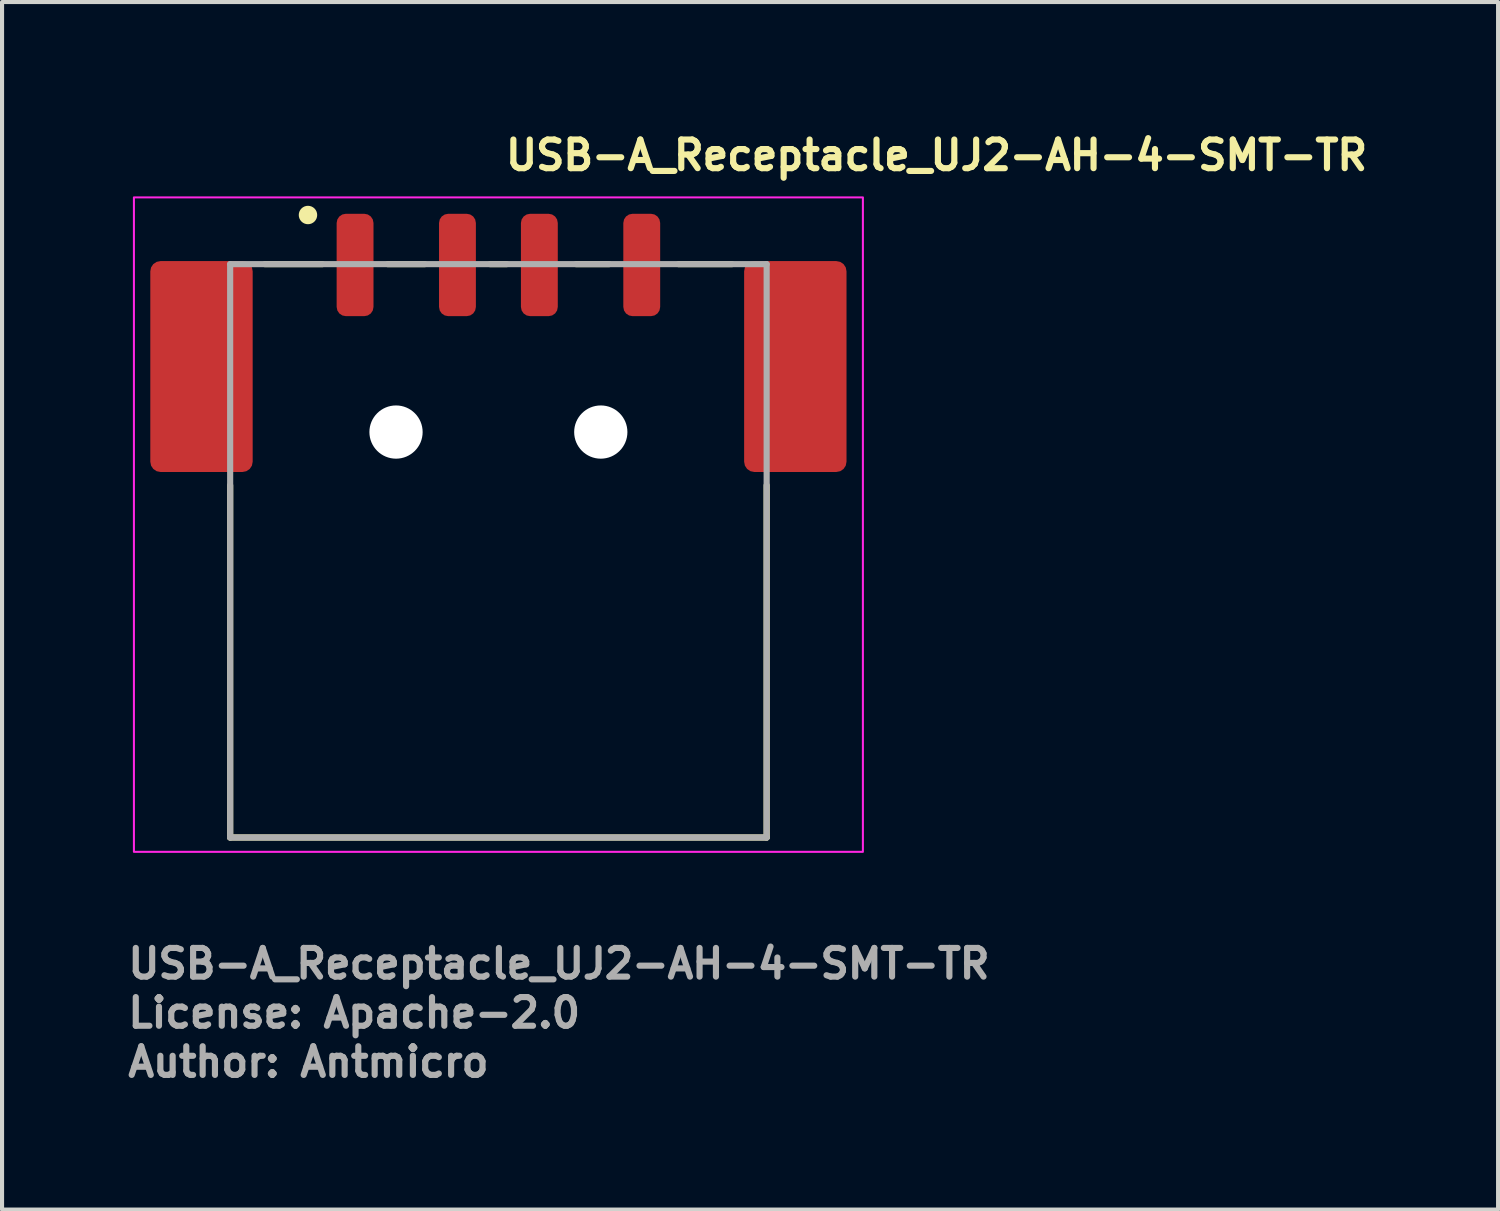
<source format=kicad_pcb>
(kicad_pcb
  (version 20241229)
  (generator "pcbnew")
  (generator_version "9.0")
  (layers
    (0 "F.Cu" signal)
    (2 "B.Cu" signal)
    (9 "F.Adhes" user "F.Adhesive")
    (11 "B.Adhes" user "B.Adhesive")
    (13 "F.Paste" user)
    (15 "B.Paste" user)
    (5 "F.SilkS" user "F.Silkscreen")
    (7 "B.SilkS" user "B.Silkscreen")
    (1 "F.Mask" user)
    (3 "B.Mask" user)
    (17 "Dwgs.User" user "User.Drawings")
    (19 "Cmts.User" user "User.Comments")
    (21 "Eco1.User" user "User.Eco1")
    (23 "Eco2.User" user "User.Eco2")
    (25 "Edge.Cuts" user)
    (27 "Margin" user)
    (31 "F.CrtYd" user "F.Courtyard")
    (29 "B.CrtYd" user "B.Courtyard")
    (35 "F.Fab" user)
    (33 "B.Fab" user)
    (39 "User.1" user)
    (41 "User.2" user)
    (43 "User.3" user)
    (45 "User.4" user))
  (footprint "USB-A_Receptacle_UJ2-AH-4-SMT-TR"
    (layer "F.Cu")
    (at 9.14 9.95)
    (property "Reference" "USB-A_Receptacle_UJ2-AH-4-SMT-TR" (at 0.08 -8.8 0) (unlocked yes) (layer "F.SilkS") (effects (font (size 0.7 0.7) (thickness 0.15)) (justify left bottom)))
    (attr smd)
    (fp_line (start -6.57 -1.15) (end -6.57 7.45) (stroke (width 0.15) (type solid)) (layer "F.SilkS"))
    (fp_line (start -6.57 7.45) (end 6.53 7.45) (stroke (width 0.15) (type solid)) (layer "F.SilkS"))
    (fp_line (start -4.32 -6.55) (end -5.72 -6.55) (stroke (width 0.15) (type solid)) (layer "F.SilkS"))
    (fp_line (start -2.72 -6.55) (end -1.82 -6.55) (stroke (width 0.15) (type solid)) (layer "F.SilkS"))
    (fp_line (start -0.22 -6.55) (end 0.18 -6.55) (stroke (width 0.15) (type solid)) (layer "F.SilkS"))
    (fp_line (start 1.88 -6.55) (end 2.68 -6.55) (stroke (width 0.15) (type solid)) (layer "F.SilkS"))
    (fp_line (start 4.38 -6.55) (end 5.68 -6.55) (stroke (width 0.15) (type solid)) (layer "F.SilkS"))
    (fp_line (start 6.53 7.45) (end 6.53 -1.15) (stroke (width 0.15) (type solid)) (layer "F.SilkS"))
    (fp_circle (center -4.67 -7.75) (end -4.62 -7.75) (stroke (width 0.15) (type solid)) (fill yes) (layer "F.SilkS"))
    (fp_circle (center -4.67 -7.75) (end -4.52 -7.75) (stroke (width 0.15) (type solid)) (fill no) (layer "F.SilkS"))
    (fp_rect (start -8.92 -8.18) (end 8.88 7.8) (stroke (width 0.05) (type solid)) (fill no) (layer "F.CrtYd"))
    (fp_line (start -6.57 -6.55) (end 6.53 -6.55) (stroke (width 0.15) (type solid)) (layer "F.Fab"))
    (fp_line (start -6.57 7.45) (end -6.57 -6.55) (stroke (width 0.15) (type solid)) (layer "F.Fab"))
    (fp_line (start 6.53 -6.55) (end 6.53 7.45) (stroke (width 0.15) (type solid)) (layer "F.Fab"))
    (fp_line (start 6.53 7.45) (end -6.57 7.45) (stroke (width 0.15) (type solid)) (layer "F.Fab"))
    (fp_rect (start -7.95 -7.4) (end 7.95 7.4) (stroke (width 0.1) (type solid)) (fill no) (layer "User.5"))
    (fp_line (start -7.95 -6.1) (end -7.95 -5.1) (stroke (width 0.02) (type solid)) (layer "User.9"))
    (fp_line (start -7.95 -5.1) (end -7.45 -5.1) (stroke (width 0.02) (type solid)) (layer "User.9"))
    (fp_line (start -7.95 -3.1) (end -7.95 -2.1) (stroke (width 0.02) (type solid)) (layer "User.9"))
    (fp_line (start -7.45 -5.1) (end -7.45 -3.1) (stroke (width 0.02) (type solid)) (layer "User.9"))
    (fp_line (start -7.45 -3.1) (end -7.95 -3.1) (stroke (width 0.02) (type solid)) (layer "User.9"))
    (fp_line (start -7.25 7.08) (end -7.25 7.38) (stroke (width 0.02) (type solid)) (layer "User.9"))
    (fp_line (start -7.25 7.08) (end -6.85 7.08) (stroke (width 0.02) (type solid)) (layer "User.9"))
    (fp_line (start -6.85 7.38) (end -7.25 7.38) (stroke (width 0.02) (type solid)) (layer "User.9"))
    (fp_line (start -6.803 7.076) (end -6.85 7.08) (stroke (width 0.02) (type solid)) (layer "User.9"))
    (fp_line (start -6.8 -6.1) (end -7.95 -6.1) (stroke (width 0.02) (type solid)) (layer "User.9"))
    (fp_line (start -6.8 -2.1) (end -7.95 -2.1) (stroke (width 0.02) (type solid)) (layer "User.9"))
    (fp_line (start -6.8 -2.1) (end -6.8 -6.1) (stroke (width 0.02) (type solid)) (layer "User.9"))
    (fp_line (start -6.783 7.376) (end -6.85 7.38) (stroke (width 0.02) (type solid)) (layer "User.9"))
    (fp_line (start -6.772 -6.1) (end -6.8 -6.1) (stroke (width 0.02) (type solid)) (layer "User.9"))
    (fp_line (start -6.772 -2.1) (end -6.8 -2.1) (stroke (width 0.02) (type solid)) (layer "User.9"))
    (fp_line (start -6.757 7.065) (end -6.803 7.076) (stroke (width 0.02) (type solid)) (layer "User.9"))
    (fp_line (start -6.744 -6.1) (end -6.772 -6.1) (stroke (width 0.02) (type solid)) (layer "User.9"))
    (fp_line (start -6.744 -2.1) (end -6.772 -2.1) (stroke (width 0.02) (type solid)) (layer "User.9"))
    (fp_line (start -6.717 -6.1) (end -6.744 -6.1) (stroke (width 0.02) (type solid)) (layer "User.9"))
    (fp_line (start -6.717 -2.1) (end -6.744 -2.1) (stroke (width 0.02) (type solid)) (layer "User.9"))
    (fp_line (start -6.716 7.365) (end -6.783 7.376) (stroke (width 0.02) (type solid)) (layer "User.9"))
    (fp_line (start -6.714 7.047) (end -6.757 7.065) (stroke (width 0.02) (type solid)) (layer "User.9"))
    (fp_line (start -6.692 -6.1) (end -6.717 -6.1) (stroke (width 0.02) (type solid)) (layer "User.9"))
    (fp_line (start -6.692 -2.1) (end -6.717 -2.1) (stroke (width 0.02) (type solid)) (layer "User.9"))
    (fp_line (start -6.674 7.023) (end -6.714 7.047) (stroke (width 0.02) (type solid)) (layer "User.9"))
    (fp_line (start -6.667 -6.1) (end -6.692 -6.1) (stroke (width 0.02) (type solid)) (layer "User.9"))
    (fp_line (start -6.667 -2.1) (end -6.692 -2.1) (stroke (width 0.02) (type solid)) (layer "User.9"))
    (fp_line (start -6.652 7.346) (end -6.716 7.365) (stroke (width 0.02) (type solid)) (layer "User.9"))
    (fp_line (start -6.644 -6.1) (end -6.667 -6.1) (stroke (width 0.02) (type solid)) (layer "User.9"))
    (fp_line (start -6.644 -2.1) (end -6.667 -2.1) (stroke (width 0.02) (type solid)) (layer "User.9"))
    (fp_line (start -6.638 6.992) (end -6.674 7.023) (stroke (width 0.02) (type solid)) (layer "User.9"))
    (fp_line (start -6.623 -6.1) (end -6.644 -6.1) (stroke (width 0.02) (type solid)) (layer "User.9"))
    (fp_line (start -6.623 -2.1) (end -6.644 -2.1) (stroke (width 0.02) (type solid)) (layer "User.9"))
    (fp_line (start -6.607 6.956) (end -6.638 6.992) (stroke (width 0.02) (type solid)) (layer "User.9"))
    (fp_line (start -6.605 -6.1) (end -6.623 -6.1) (stroke (width 0.02) (type solid)) (layer "User.9"))
    (fp_line (start -6.605 -2.1) (end -6.623 -2.1) (stroke (width 0.02) (type solid)) (layer "User.9"))
    (fp_line (start -6.59 7.321) (end -6.652 7.346) (stroke (width 0.02) (type solid)) (layer "User.9"))
    (fp_line (start -6.588 -6.1) (end -6.605 -6.1) (stroke (width 0.02) (type solid)) (layer "User.9"))
    (fp_line (start -6.588 -2.1) (end -6.605 -2.1) (stroke (width 0.02) (type solid)) (layer "User.9"))
    (fp_line (start -6.583 6.916) (end -6.607 6.956) (stroke (width 0.02) (type solid)) (layer "User.9"))
    (fp_line (start -6.575 -6.1) (end -6.588 -6.1) (stroke (width 0.02) (type solid)) (layer "User.9"))
    (fp_line (start -6.575 -2.1) (end -6.588 -2.1) (stroke (width 0.02) (type solid)) (layer "User.9"))
    (fp_line (start -6.565 6.873) (end -6.583 6.916) (stroke (width 0.02) (type solid)) (layer "User.9"))
    (fp_line (start -6.564 -6.1) (end -6.575 -6.1) (stroke (width 0.02) (type solid)) (layer "User.9"))
    (fp_line (start -6.564 -2.1) (end -6.575 -2.1) (stroke (width 0.02) (type solid)) (layer "User.9"))
    (fp_line (start -6.556 -6.1) (end -6.564 -6.1) (stroke (width 0.02) (type solid)) (layer "User.9"))
    (fp_line (start -6.556 -2.1) (end -6.564 -2.1) (stroke (width 0.02) (type solid)) (layer "User.9"))
    (fp_line (start -6.554 6.827) (end -6.565 6.873) (stroke (width 0.02) (type solid)) (layer "User.9"))
    (fp_line (start -6.552 -6.1) (end -6.556 -6.1) (stroke (width 0.02) (type solid)) (layer "User.9"))
    (fp_line (start -6.552 -2.1) (end -6.556 -2.1) (stroke (width 0.02) (type solid)) (layer "User.9"))
    (fp_line (start -6.55 -6.6) (end -6.55 6.78) (stroke (width 0.02) (type solid)) (layer "User.9"))
    (fp_line (start -6.55 -6.6) (end -6.546 -6.6) (stroke (width 0.02) (type solid)) (layer "User.9"))
    (fp_line (start -6.55 -6.1) (end -6.552 -6.1) (stroke (width 0.02) (type solid)) (layer "User.9"))
    (fp_line (start -6.55 -2.1) (end -6.552 -2.1) (stroke (width 0.02) (type solid)) (layer "User.9"))
    (fp_line (start -6.55 6.78) (end -6.554 6.827) (stroke (width 0.02) (type solid)) (layer "User.9"))
    (fp_line (start -6.546 -6.6) (end -6.535 -6.6) (stroke (width 0.02) (type solid)) (layer "User.9"))
    (fp_line (start -6.546 6.78) (end -6.55 6.78) (stroke (width 0.02) (type solid)) (layer "User.9"))
    (fp_line (start -6.535 -6.6) (end -6.516 -6.6) (stroke (width 0.02) (type solid)) (layer "User.9"))
    (fp_line (start -6.535 6.78) (end -6.546 6.78) (stroke (width 0.02) (type solid)) (layer "User.9"))
    (fp_line (start -6.531 7.288) (end -6.59 7.321) (stroke (width 0.02) (type solid)) (layer "User.9"))
    (fp_line (start -6.516 -6.6) (end -6.491 -6.6) (stroke (width 0.02) (type solid)) (layer "User.9"))
    (fp_line (start -6.516 6.78) (end -6.535 6.78) (stroke (width 0.02) (type solid)) (layer "User.9"))
    (fp_line (start -6.491 -6.6) (end -6.458 -6.6) (stroke (width 0.02) (type solid)) (layer "User.9"))
    (fp_line (start -6.491 6.78) (end -6.516 6.78) (stroke (width 0.02) (type solid)) (layer "User.9"))
    (fp_line (start -6.476 7.249) (end -6.531 7.288) (stroke (width 0.02) (type solid)) (layer "User.9"))
    (fp_line (start -6.458 -6.6) (end -6.419 -6.6) (stroke (width 0.02) (type solid)) (layer "User.9"))
    (fp_line (start -6.458 6.78) (end -6.491 6.78) (stroke (width 0.02) (type solid)) (layer "User.9"))
    (fp_line (start -6.426 7.204) (end -6.476 7.249) (stroke (width 0.02) (type solid)) (layer "User.9"))
    (fp_line (start -6.419 -6.6) (end -6.374 -6.6) (stroke (width 0.02) (type solid)) (layer "User.9"))
    (fp_line (start -6.419 6.78) (end -6.458 6.78) (stroke (width 0.02) (type solid)) (layer "User.9"))
    (fp_line (start -6.381 7.154) (end -6.426 7.204) (stroke (width 0.02) (type solid)) (layer "User.9"))
    (fp_line (start -6.374 -6.6) (end -6.324 -6.6) (stroke (width 0.02) (type solid)) (layer "User.9"))
    (fp_line (start -6.374 6.78) (end -6.419 6.78) (stroke (width 0.02) (type solid)) (layer "User.9"))
    (fp_line (start -6.342 7.099) (end -6.381 7.154) (stroke (width 0.02) (type solid)) (layer "User.9"))
    (fp_line (start -6.324 -6.6) (end -6.269 -6.6) (stroke (width 0.02) (type solid)) (layer "User.9"))
    (fp_line (start -6.324 6.78) (end -6.374 6.78) (stroke (width 0.02) (type solid)) (layer "User.9"))
    (fp_line (start -6.309 7.04) (end -6.342 7.099) (stroke (width 0.02) (type solid)) (layer "User.9"))
    (fp_line (start -6.284 6.978) (end -6.309 7.04) (stroke (width 0.02) (type solid)) (layer "User.9"))
    (fp_line (start -6.269 -6.6) (end -6.21 -6.6) (stroke (width 0.02) (type solid)) (layer "User.9"))
    (fp_line (start -6.269 6.78) (end -6.324 6.78) (stroke (width 0.02) (type solid)) (layer "User.9"))
    (fp_line (start -6.265 6.914) (end -6.284 6.978) (stroke (width 0.02) (type solid)) (layer "User.9"))
    (fp_line (start -6.254 6.847) (end -6.265 6.914) (stroke (width 0.02) (type solid)) (layer "User.9"))
    (fp_line (start -6.25 6.78) (end -6.254 6.847) (stroke (width 0.02) (type solid)) (layer "User.9"))
    (fp_line (start -6.21 -6.6) (end -6.148 -6.6) (stroke (width 0.02) (type solid)) (layer "User.9"))
    (fp_line (start -6.21 6.78) (end -6.269 6.78) (stroke (width 0.02) (type solid)) (layer "User.9"))
    (fp_line (start -6.148 -6.6) (end -6.084 -6.6) (stroke (width 0.02) (type solid)) (layer "User.9"))
    (fp_line (start -6.148 6.78) (end -6.21 6.78) (stroke (width 0.02) (type solid)) (layer "User.9"))
    (fp_line (start -6.084 -6.6) (end -6.017 -6.6) (stroke (width 0.02) (type solid)) (layer "User.9"))
    (fp_line (start -6.084 6.78) (end -6.148 6.78) (stroke (width 0.02) (type solid)) (layer "User.9"))
    (fp_line (start -6.017 -6.6) (end -5.95 -6.6) (stroke (width 0.02) (type solid)) (layer "User.9"))
    (fp_line (start -6.017 6.78) (end -6.084 6.78) (stroke (width 0.02) (type solid)) (layer "User.9"))
    (fp_line (start -5.95 -6.6) (end 5.95 -6.6) (stroke (width 0.02) (type solid)) (layer "User.9"))
    (fp_line (start -5.95 6.78) (end -6.017 6.78) (stroke (width 0.02) (type solid)) (layer "User.9"))
    (fp_line (start -5.95 6.78) (end -5.95 -6.6) (stroke (width 0.02) (type solid)) (layer "User.9"))
    (fp_line (start -5.95 6.816) (end -5.95 6.78) (stroke (width 0.02) (type solid)) (layer "User.9"))
    (fp_line (start -5.95 6.851) (end -5.95 6.816) (stroke (width 0.02) (type solid)) (layer "User.9"))
    (fp_line (start -5.95 6.886) (end -5.95 6.851) (stroke (width 0.02) (type solid)) (layer "User.9"))
    (fp_line (start -5.95 6.919) (end -5.95 6.886) (stroke (width 0.02) (type solid)) (layer "User.9"))
    (fp_line (start -5.95 6.95) (end -5.95 6.919) (stroke (width 0.02) (type solid)) (layer "User.9"))
    (fp_line (start -5.95 6.98) (end -5.95 6.95) (stroke (width 0.02) (type solid)) (layer "User.9"))
    (fp_line (start -5.95 7.006) (end -5.95 6.98) (stroke (width 0.02) (type solid)) (layer "User.9"))
    (fp_line (start -5.95 7.03) (end -5.95 7.006) (stroke (width 0.02) (type solid)) (layer "User.9"))
    (fp_line (start -5.95 7.051) (end -5.95 7.03) (stroke (width 0.02) (type solid)) (layer "User.9"))
    (fp_line (start -5.95 7.068) (end -5.95 7.051) (stroke (width 0.02) (type solid)) (layer "User.9"))
    (fp_line (start -5.95 7.082) (end -5.95 7.068) (stroke (width 0.02) (type solid)) (layer "User.9"))
    (fp_line (start -5.95 7.092) (end -5.95 7.082) (stroke (width 0.02) (type solid)) (layer "User.9"))
    (fp_line (start -5.95 7.098) (end -5.95 7.092) (stroke (width 0.02) (type solid)) (layer "User.9"))
    (fp_line (start -5.95 7.1) (end -5.95 7.098) (stroke (width 0.02) (type solid)) (layer "User.9"))
    (fp_line (start -5.95 7.1) (end -5.95 7.4) (stroke (width 0.02) (type solid)) (layer "User.9"))
    (fp_line (start -5.95 7.1) (end 5.95 7.1) (stroke (width 0.02) (type solid)) (layer "User.9"))
    (fp_line (start -5.95 7.4) (end 5.95 7.4) (stroke (width 0.02) (type solid)) (layer "User.9"))
    (fp_line (start -4.333 -0.309) (end -4.331 -0.349) (stroke (width 0.02) (type solid)) (layer "User.9"))
    (fp_line (start -4.333 -0.309) (end -4.053 6.093) (stroke (width 0.02) (type solid)) (layer "User.9"))
    (fp_line (start -4.331 -0.349) (end -4.323 -0.389) (stroke (width 0.02) (type solid)) (layer "User.9"))
    (fp_line (start -4.323 -0.389) (end -4.309 -0.427) (stroke (width 0.02) (type solid)) (layer "User.9"))
    (fp_line (start -4.309 -0.427) (end -4.289 -0.462) (stroke (width 0.02) (type solid)) (layer "User.9"))
    (fp_line (start -4.289 -0.462) (end -4.264 -0.493) (stroke (width 0.02) (type solid)) (layer "User.9"))
    (fp_line (start -4.264 -0.493) (end -4.234 -0.52) (stroke (width 0.02) (type solid)) (layer "User.9"))
    (fp_line (start -4.234 -0.52) (end -4.2 -0.541) (stroke (width 0.02) (type solid)) (layer "User.9"))
    (fp_line (start -4.2 -0.541) (end -4.162 -0.557) (stroke (width 0.02) (type solid)) (layer "User.9"))
    (fp_line (start -4.162 -0.557) (end -4.123 -0.567) (stroke (width 0.02) (type solid)) (layer "User.9"))
    (fp_line (start -4.123 -0.567) (end -4.083 -0.57) (stroke (width 0.02) (type solid)) (layer "User.9"))
    (fp_line (start -4.083 -0.57) (end -4.043 -0.567) (stroke (width 0.02) (type solid)) (layer "User.9"))
    (fp_line (start -4.048 6.139) (end -4.053 6.093) (stroke (width 0.02) (type solid)) (layer "User.9"))
    (fp_line (start -4.043 -0.567) (end -4.004 -0.557) (stroke (width 0.02) (type solid)) (layer "User.9"))
    (fp_line (start -4.036 6.183) (end -4.048 6.139) (stroke (width 0.02) (type solid)) (layer "User.9"))
    (fp_line (start -4.017 6.224) (end -4.036 6.183) (stroke (width 0.02) (type solid)) (layer "User.9"))
    (fp_line (start -4.004 -0.557) (end -3.967 -0.541) (stroke (width 0.02) (type solid)) (layer "User.9"))
    (fp_line (start -3.992 6.263) (end -4.017 6.224) (stroke (width 0.02) (type solid)) (layer "User.9"))
    (fp_line (start -3.967 -0.541) (end -3.933 -0.52) (stroke (width 0.02) (type solid)) (layer "User.9"))
    (fp_line (start -3.961 6.297) (end -3.992 6.263) (stroke (width 0.02) (type solid)) (layer "User.9"))
    (fp_line (start -3.933 -0.52) (end -3.903 -0.494) (stroke (width 0.02) (type solid)) (layer "User.9"))
    (fp_line (start -3.926 6.326) (end -3.961 6.297) (stroke (width 0.02) (type solid)) (layer "User.9"))
    (fp_line (start -3.903 -0.494) (end -3.878 -0.462) (stroke (width 0.02) (type solid)) (layer "User.9"))
    (fp_line (start -3.886 6.349) (end -3.926 6.326) (stroke (width 0.02) (type solid)) (layer "User.9"))
    (fp_line (start -3.878 -0.462) (end -3.858 -0.428) (stroke (width 0.02) (type solid)) (layer "User.9"))
    (fp_line (start -3.858 -0.428) (end -3.843 -0.39) (stroke (width 0.02) (type solid)) (layer "User.9"))
    (fp_line (start -3.844 6.366) (end -3.886 6.349) (stroke (width 0.02) (type solid)) (layer "User.9"))
    (fp_line (start -3.843 -0.39) (end -3.835 -0.351) (stroke (width 0.02) (type solid)) (layer "User.9"))
    (fp_line (start -3.833 -0.35) (end -3.835 -0.351) (stroke (width 0.02) (type solid)) (layer "User.9"))
    (fp_line (start -3.821 -0.33) (end -3.833 -0.35) (stroke (width 0.02) (type solid)) (layer "User.9"))
    (fp_line (start -3.821 -0.33) (end -1.279 -0.33) (stroke (width 0.02) (type solid)) (layer "User.9"))
    (fp_line (start -3.8 -7.24) (end -3.757 -7.4) (stroke (width 0.02) (type solid)) (layer "User.9"))
    (fp_line (start -3.8 -6.6) (end -3.8 -7.24) (stroke (width 0.02) (type solid)) (layer "User.9"))
    (fp_line (start -3.799 6.377) (end -3.844 6.366) (stroke (width 0.02) (type solid)) (layer "User.9"))
    (fp_line (start -3.754 6.38) (end -3.799 6.377) (stroke (width 0.02) (type solid)) (layer "User.9"))
    (fp_line (start -3.754 6.38) (end -1.346 6.38) (stroke (width 0.02) (type solid)) (layer "User.9"))
    (fp_line (start -3.648 3.628) (end -3.821 -0.33) (stroke (width 0.02) (type solid)) (layer "User.9"))
    (fp_line (start -3.642 3.819) (end -3.648 3.628) (stroke (width 0.02) (type solid)) (layer "User.9"))
    (fp_line (start -3.635 3.96) (end -3.642 3.819) (stroke (width 0.02) (type solid)) (layer "User.9"))
    (fp_line (start -3.635 3.96) (end -1.465 3.96) (stroke (width 0.02) (type solid)) (layer "User.9"))
    (fp_line (start -3.617 4.17) (end -3.635 3.96) (stroke (width 0.02) (type solid)) (layer "User.9"))
    (fp_line (start -3.617 4.17) (end -3.609 4.257) (stroke (width 0.02) (type solid)) (layer "User.9"))
    (fp_line (start -3.609 4.257) (end -3.604 4.321) (stroke (width 0.02) (type solid)) (layer "User.9"))
    (fp_line (start -3.604 4.321) (end -3.604 4.514) (stroke (width 0.02) (type solid)) (layer "User.9"))
    (fp_line (start -3.604 4.514) (end -3.609 4.257) (stroke (width 0.02) (type solid)) (layer "User.9"))
    (fp_line (start -3.575 4.83) (end -3.604 4.321) (stroke (width 0.02) (type solid)) (layer "User.9"))
    (fp_line (start -3.575 5.022) (end -3.604 4.514) (stroke (width 0.02) (type solid)) (layer "User.9"))
    (fp_line (start -3.575 5.022) (end -3.575 4.83) (stroke (width 0.02) (type solid)) (layer "User.9"))
    (fp_line (start -3.572 4.851) (end -3.575 4.83) (stroke (width 0.02) (type solid)) (layer "User.9"))
    (fp_line (start -3.572 5.044) (end -3.575 5.022) (stroke (width 0.02) (type solid)) (layer "User.9"))
    (fp_line (start -3.567 4.873) (end -3.572 4.851) (stroke (width 0.02) (type solid)) (layer "User.9"))
    (fp_line (start -3.567 5.066) (end -3.572 5.044) (stroke (width 0.02) (type solid)) (layer "User.9"))
    (fp_line (start -3.559 4.894) (end -3.567 4.873) (stroke (width 0.02) (type solid)) (layer "User.9"))
    (fp_line (start -3.559 5.087) (end -3.567 5.066) (stroke (width 0.02) (type solid)) (layer "User.9"))
    (fp_line (start -3.548 4.914) (end -3.559 4.894) (stroke (width 0.02) (type solid)) (layer "User.9"))
    (fp_line (start -3.548 5.107) (end -3.559 5.087) (stroke (width 0.02) (type solid)) (layer "User.9"))
    (fp_line (start -3.535 4.934) (end -3.548 4.914) (stroke (width 0.02) (type solid)) (layer "User.9"))
    (fp_line (start -3.535 5.127) (end -3.548 5.107) (stroke (width 0.02) (type solid)) (layer "User.9"))
    (fp_line (start -3.52 4.952) (end -3.535 4.934) (stroke (width 0.02) (type solid)) (layer "User.9"))
    (fp_line (start -3.52 5.145) (end -3.535 5.127) (stroke (width 0.02) (type solid)) (layer "User.9"))
    (fp_line (start -3.502 4.97) (end -3.52 4.952) (stroke (width 0.02) (type solid)) (layer "User.9"))
    (fp_line (start -3.502 5.162) (end -3.52 5.145) (stroke (width 0.02) (type solid)) (layer "User.9"))
    (fp_line (start -3.482 4.986) (end -3.502 4.97) (stroke (width 0.02) (type solid)) (layer "User.9"))
    (fp_line (start -3.482 5.178) (end -3.502 5.162) (stroke (width 0.02) (type solid)) (layer "User.9"))
    (fp_line (start -3.461 5) (end -3.482 4.986) (stroke (width 0.02) (type solid)) (layer "User.9"))
    (fp_line (start -3.461 5.193) (end -3.482 5.178) (stroke (width 0.02) (type solid)) (layer "User.9"))
    (fp_line (start -3.438 5.013) (end -3.461 5) (stroke (width 0.02) (type solid)) (layer "User.9"))
    (fp_line (start -3.438 5.206) (end -3.461 5.193) (stroke (width 0.02) (type solid)) (layer "User.9"))
    (fp_line (start -3.413 5.024) (end -3.438 5.013) (stroke (width 0.02) (type solid)) (layer "User.9"))
    (fp_line (start -3.413 5.217) (end -3.438 5.206) (stroke (width 0.02) (type solid)) (layer "User.9"))
    (fp_line (start -3.387 5.033) (end -3.413 5.024) (stroke (width 0.02) (type solid)) (layer "User.9"))
    (fp_line (start -3.387 5.226) (end -3.413 5.217) (stroke (width 0.02) (type solid)) (layer "User.9"))
    (fp_line (start -3.36 5.04) (end -3.387 5.033) (stroke (width 0.02) (type solid)) (layer "User.9"))
    (fp_line (start -3.36 5.233) (end -3.387 5.226) (stroke (width 0.02) (type solid)) (layer "User.9"))
    (fp_line (start -3.332 5.045) (end -3.36 5.04) (stroke (width 0.02) (type solid)) (layer "User.9"))
    (fp_line (start -3.332 5.238) (end -3.36 5.233) (stroke (width 0.02) (type solid)) (layer "User.9"))
    (fp_line (start -3.304 5.048) (end -3.332 5.045) (stroke (width 0.02) (type solid)) (layer "User.9"))
    (fp_line (start -3.304 5.241) (end -3.332 5.238) (stroke (width 0.02) (type solid)) (layer "User.9"))
    (fp_line (start -3.275 5.049) (end -3.304 5.048) (stroke (width 0.02) (type solid)) (layer "User.9"))
    (fp_line (start -3.275 5.242) (end -3.304 5.241) (stroke (width 0.02) (type solid)) (layer "User.9"))
    (fp_line (start -3.275 5.242) (end -3.275 5.049) (stroke (width 0.02) (type solid)) (layer "User.9"))
    (fp_line (start -3.243 -7.4) (end -3.757 -7.4) (stroke (width 0.02) (type solid)) (layer "User.9"))
    (fp_line (start -3.243 -7.4) (end -3.2 -7.24) (stroke (width 0.02) (type solid)) (layer "User.9"))
    (fp_line (start -3.2 -7.24) (end -3.2 -6.6) (stroke (width 0.02) (type solid)) (layer "User.9"))
    (fp_line (start -1.825 5.049) (end -3.275 5.049) (stroke (width 0.02) (type solid)) (layer "User.9"))
    (fp_line (start -1.825 5.242) (end -3.275 5.242) (stroke (width 0.02) (type solid)) (layer "User.9"))
    (fp_line (start -1.825 5.242) (end -1.825 5.049) (stroke (width 0.02) (type solid)) (layer "User.9"))
    (fp_line (start -1.796 5.048) (end -1.825 5.049) (stroke (width 0.02) (type solid)) (layer "User.9"))
    (fp_line (start -1.796 5.241) (end -1.825 5.242) (stroke (width 0.02) (type solid)) (layer "User.9"))
    (fp_line (start -1.768 5.045) (end -1.796 5.048) (stroke (width 0.02) (type solid)) (layer "User.9"))
    (fp_line (start -1.768 5.238) (end -1.796 5.241) (stroke (width 0.02) (type solid)) (layer "User.9"))
    (fp_line (start -1.74 5.04) (end -1.768 5.045) (stroke (width 0.02) (type solid)) (layer "User.9"))
    (fp_line (start -1.74 5.233) (end -1.768 5.238) (stroke (width 0.02) (type solid)) (layer "User.9"))
    (fp_line (start -1.713 5.033) (end -1.74 5.04) (stroke (width 0.02) (type solid)) (layer "User.9"))
    (fp_line (start -1.713 5.226) (end -1.74 5.233) (stroke (width 0.02) (type solid)) (layer "User.9"))
    (fp_line (start -1.687 5.024) (end -1.713 5.033) (stroke (width 0.02) (type solid)) (layer "User.9"))
    (fp_line (start -1.687 5.217) (end -1.713 5.226) (stroke (width 0.02) (type solid)) (layer "User.9"))
    (fp_line (start -1.662 5.013) (end -1.687 5.024) (stroke (width 0.02) (type solid)) (layer "User.9"))
    (fp_line (start -1.662 5.206) (end -1.687 5.217) (stroke (width 0.02) (type solid)) (layer "User.9"))
    (fp_line (start -1.639 5) (end -1.662 5.013) (stroke (width 0.02) (type solid)) (layer "User.9"))
    (fp_line (start -1.639 5.193) (end -1.662 5.206) (stroke (width 0.02) (type solid)) (layer "User.9"))
    (fp_line (start -1.618 4.986) (end -1.639 5) (stroke (width 0.02) (type solid)) (layer "User.9"))
    (fp_line (start -1.618 5.178) (end -1.639 5.193) (stroke (width 0.02) (type solid)) (layer "User.9"))
    (fp_line (start -1.598 4.97) (end -1.618 4.986) (stroke (width 0.02) (type solid)) (layer "User.9"))
    (fp_line (start -1.598 5.162) (end -1.618 5.178) (stroke (width 0.02) (type solid)) (layer "User.9"))
    (fp_line (start -1.58 4.952) (end -1.598 4.97) (stroke (width 0.02) (type solid)) (layer "User.9"))
    (fp_line (start -1.58 5.145) (end -1.598 5.162) (stroke (width 0.02) (type solid)) (layer "User.9"))
    (fp_line (start -1.565 4.934) (end -1.58 4.952) (stroke (width 0.02) (type solid)) (layer "User.9"))
    (fp_line (start -1.565 5.127) (end -1.58 5.145) (stroke (width 0.02) (type solid)) (layer "User.9"))
    (fp_line (start -1.552 4.914) (end -1.565 4.934) (stroke (width 0.02) (type solid)) (layer "User.9"))
    (fp_line (start -1.552 5.107) (end -1.565 5.127) (stroke (width 0.02) (type solid)) (layer "User.9"))
    (fp_line (start -1.541 4.894) (end -1.552 4.914) (stroke (width 0.02) (type solid)) (layer "User.9"))
    (fp_line (start -1.541 5.087) (end -1.552 5.107) (stroke (width 0.02) (type solid)) (layer "User.9"))
    (fp_line (start -1.533 4.873) (end -1.541 4.894) (stroke (width 0.02) (type solid)) (layer "User.9"))
    (fp_line (start -1.533 5.066) (end -1.541 5.087) (stroke (width 0.02) (type solid)) (layer "User.9"))
    (fp_line (start -1.528 4.851) (end -1.533 4.873) (stroke (width 0.02) (type solid)) (layer "User.9"))
    (fp_line (start -1.528 5.044) (end -1.533 5.066) (stroke (width 0.02) (type solid)) (layer "User.9"))
    (fp_line (start -1.525 4.83) (end -1.528 4.851) (stroke (width 0.02) (type solid)) (layer "User.9"))
    (fp_line (start -1.525 4.83) (end -1.525 5.022) (stroke (width 0.02) (type solid)) (layer "User.9"))
    (fp_line (start -1.525 5.022) (end -1.528 5.044) (stroke (width 0.02) (type solid)) (layer "User.9"))
    (fp_line (start -1.496 4.321) (end -3.604 4.321) (stroke (width 0.02) (type solid)) (layer "User.9"))
    (fp_line (start -1.496 4.321) (end -1.525 4.83) (stroke (width 0.02) (type solid)) (layer "User.9"))
    (fp_line (start -1.496 4.321) (end -1.491 4.257) (stroke (width 0.02) (type solid)) (layer "User.9"))
    (fp_line (start -1.496 4.514) (end -1.525 5.022) (stroke (width 0.02) (type solid)) (layer "User.9"))
    (fp_line (start -1.496 4.514) (end -1.496 4.321) (stroke (width 0.02) (type solid)) (layer "User.9"))
    (fp_line (start -1.491 4.257) (end -1.496 4.514) (stroke (width 0.02) (type solid)) (layer "User.9"))
    (fp_line (start -1.491 4.257) (end -1.483 4.17) (stroke (width 0.02) (type solid)) (layer "User.9"))
    (fp_line (start -1.483 4.17) (end -3.617 4.17) (stroke (width 0.02) (type solid)) (layer "User.9"))
    (fp_line (start -1.465 3.96) (end -1.483 4.17) (stroke (width 0.02) (type solid)) (layer "User.9"))
    (fp_line (start -1.458 3.819) (end -1.465 3.96) (stroke (width 0.02) (type solid)) (layer "User.9"))
    (fp_line (start -1.452 3.628) (end -3.648 3.628) (stroke (width 0.02) (type solid)) (layer "User.9"))
    (fp_line (start -1.452 3.628) (end -1.458 3.819) (stroke (width 0.02) (type solid)) (layer "User.9"))
    (fp_line (start -1.301 6.377) (end -1.346 6.38) (stroke (width 0.02) (type solid)) (layer "User.9"))
    (fp_line (start -1.3 -7.24) (end -1.257 -7.4) (stroke (width 0.02) (type solid)) (layer "User.9"))
    (fp_line (start -1.3 -6.6) (end -1.3 -7.24) (stroke (width 0.02) (type solid)) (layer "User.9"))
    (fp_line (start -1.279 -0.33) (end -1.452 3.628) (stroke (width 0.02) (type solid)) (layer "User.9"))
    (fp_line (start -1.267 -0.35) (end -1.279 -0.33) (stroke (width 0.02) (type solid)) (layer "User.9"))
    (fp_line (start -1.265 -0.351) (end -3.835 -0.351) (stroke (width 0.02) (type solid)) (layer "User.9"))
    (fp_line (start -1.265 -0.351) (end -1.267 -0.35) (stroke (width 0.02) (type solid)) (layer "User.9"))
    (fp_line (start -1.265 -0.351) (end -1.257 -0.39) (stroke (width 0.02) (type solid)) (layer "User.9"))
    (fp_line (start -1.257 -0.39) (end -1.242 -0.428) (stroke (width 0.02) (type solid)) (layer "User.9"))
    (fp_line (start -1.256 6.366) (end -1.301 6.377) (stroke (width 0.02) (type solid)) (layer "User.9"))
    (fp_line (start -1.242 -0.428) (end -1.222 -0.462) (stroke (width 0.02) (type solid)) (layer "User.9"))
    (fp_line (start -1.222 -0.462) (end -1.197 -0.494) (stroke (width 0.02) (type solid)) (layer "User.9"))
    (fp_line (start -1.214 6.349) (end -1.256 6.366) (stroke (width 0.02) (type solid)) (layer "User.9"))
    (fp_line (start -1.197 -0.494) (end -1.167 -0.52) (stroke (width 0.02) (type solid)) (layer "User.9"))
    (fp_line (start -1.174 6.326) (end -1.214 6.349) (stroke (width 0.02) (type solid)) (layer "User.9"))
    (fp_line (start -1.167 -0.52) (end -1.133 -0.541) (stroke (width 0.02) (type solid)) (layer "User.9"))
    (fp_line (start -1.139 6.297) (end -1.174 6.326) (stroke (width 0.02) (type solid)) (layer "User.9"))
    (fp_line (start -1.133 -0.541) (end -1.096 -0.557) (stroke (width 0.02) (type solid)) (layer "User.9"))
    (fp_line (start -1.108 6.263) (end -1.139 6.297) (stroke (width 0.02) (type solid)) (layer "User.9"))
    (fp_line (start -1.096 -0.557) (end -1.057 -0.567) (stroke (width 0.02) (type solid)) (layer "User.9"))
    (fp_line (start -1.083 6.224) (end -1.108 6.263) (stroke (width 0.02) (type solid)) (layer "User.9"))
    (fp_line (start -1.064 6.183) (end -1.083 6.224) (stroke (width 0.02) (type solid)) (layer "User.9"))
    (fp_line (start -1.057 -0.567) (end -1.017 -0.57) (stroke (width 0.02) (type solid)) (layer "User.9"))
    (fp_line (start -1.052 6.139) (end -1.064 6.183) (stroke (width 0.02) (type solid)) (layer "User.9"))
    (fp_line (start -1.047 6.093) (end -1.052 6.139) (stroke (width 0.02) (type solid)) (layer "User.9"))
    (fp_line (start -1.047 6.093) (end -0.767 -0.309) (stroke (width 0.02) (type solid)) (layer "User.9"))
    (fp_line (start -1.033 5.784) (end -4.067 5.784) (stroke (width 0.02) (type solid)) (layer "User.9"))
    (fp_line (start -1.017 -0.57) (end -0.977 -0.567) (stroke (width 0.02) (type solid)) (layer "User.9"))
    (fp_line (start -0.977 -0.567) (end -0.938 -0.557) (stroke (width 0.02) (type solid)) (layer "User.9"))
    (fp_line (start -0.938 -0.557) (end -0.9 -0.541) (stroke (width 0.02) (type solid)) (layer "User.9"))
    (fp_line (start -0.9 -0.541) (end -0.866 -0.52) (stroke (width 0.02) (type solid)) (layer "User.9"))
    (fp_line (start -0.866 -0.52) (end -0.836 -0.493) (stroke (width 0.02) (type solid)) (layer "User.9"))
    (fp_line (start -0.836 -0.493) (end -0.811 -0.462) (stroke (width 0.02) (type solid)) (layer "User.9"))
    (fp_line (start -0.811 -0.462) (end -0.791 -0.427) (stroke (width 0.02) (type solid)) (layer "User.9"))
    (fp_line (start -0.791 -0.427) (end -0.777 -0.389) (stroke (width 0.02) (type solid)) (layer "User.9"))
    (fp_line (start -0.777 -0.389) (end -0.769 -0.349) (stroke (width 0.02) (type solid)) (layer "User.9"))
    (fp_line (start -0.769 -0.349) (end -0.767 -0.309) (stroke (width 0.02) (type solid)) (layer "User.9"))
    (fp_line (start -0.743 -7.4) (end -1.257 -7.4) (stroke (width 0.02) (type solid)) (layer "User.9"))
    (fp_line (start -0.743 -7.4) (end -0.7 -7.24) (stroke (width 0.02) (type solid)) (layer "User.9"))
    (fp_line (start -0.7 -7.24) (end -0.7 -6.6) (stroke (width 0.02) (type solid)) (layer "User.9"))
    (fp_line (start 0.7 -7.24) (end 0.743 -7.4) (stroke (width 0.02) (type solid)) (layer "User.9"))
    (fp_line (start 0.7 -6.6) (end 0.7 -7.24) (stroke (width 0.02) (type solid)) (layer "User.9"))
    (fp_line (start 0.767 -0.309) (end 0.769 -0.349) (stroke (width 0.02) (type solid)) (layer "User.9"))
    (fp_line (start 0.767 -0.309) (end 1.047 6.093) (stroke (width 0.02) (type solid)) (layer "User.9"))
    (fp_line (start 0.769 -0.349) (end 0.777 -0.389) (stroke (width 0.02) (type solid)) (layer "User.9"))
    (fp_line (start 0.777 -0.389) (end 0.791 -0.427) (stroke (width 0.02) (type solid)) (layer "User.9"))
    (fp_line (start 0.791 -0.427) (end 0.811 -0.462) (stroke (width 0.02) (type solid)) (layer "User.9"))
    (fp_line (start 0.811 -0.462) (end 0.836 -0.493) (stroke (width 0.02) (type solid)) (layer "User.9"))
    (fp_line (start 0.836 -0.493) (end 0.866 -0.52) (stroke (width 0.02) (type solid)) (layer "User.9"))
    (fp_line (start 0.866 -0.52) (end 0.9 -0.541) (stroke (width 0.02) (type solid)) (layer "User.9"))
    (fp_line (start 0.9 -0.541) (end 0.938 -0.557) (stroke (width 0.02) (type solid)) (layer "User.9"))
    (fp_line (start 0.938 -0.557) (end 0.977 -0.567) (stroke (width 0.02) (type solid)) (layer "User.9"))
    (fp_line (start 0.977 -0.567) (end 1.017 -0.57) (stroke (width 0.02) (type solid)) (layer "User.9"))
    (fp_line (start 1.017 -0.57) (end 1.057 -0.567) (stroke (width 0.02) (type solid)) (layer "User.9"))
    (fp_line (start 1.052 6.139) (end 1.047 6.093) (stroke (width 0.02) (type solid)) (layer "User.9"))
    (fp_line (start 1.057 -0.567) (end 1.096 -0.557) (stroke (width 0.02) (type solid)) (layer "User.9"))
    (fp_line (start 1.064 6.183) (end 1.052 6.139) (stroke (width 0.02) (type solid)) (layer "User.9"))
    (fp_line (start 1.083 6.224) (end 1.064 6.183) (stroke (width 0.02) (type solid)) (layer "User.9"))
    (fp_line (start 1.096 -0.557) (end 1.133 -0.541) (stroke (width 0.02) (type solid)) (layer "User.9"))
    (fp_line (start 1.108 6.263) (end 1.083 6.224) (stroke (width 0.02) (type solid)) (layer "User.9"))
    (fp_line (start 1.133 -0.541) (end 1.167 -0.52) (stroke (width 0.02) (type solid)) (layer "User.9"))
    (fp_line (start 1.139 6.297) (end 1.108 6.263) (stroke (width 0.02) (type solid)) (layer "User.9"))
    (fp_line (start 1.167 -0.52) (end 1.197 -0.494) (stroke (width 0.02) (type solid)) (layer "User.9"))
    (fp_line (start 1.174 6.326) (end 1.139 6.297) (stroke (width 0.02) (type solid)) (layer "User.9"))
    (fp_line (start 1.197 -0.494) (end 1.222 -0.462) (stroke (width 0.02) (type solid)) (layer "User.9"))
    (fp_line (start 1.214 6.349) (end 1.174 6.326) (stroke (width 0.02) (type solid)) (layer "User.9"))
    (fp_line (start 1.222 -0.462) (end 1.242 -0.428) (stroke (width 0.02) (type solid)) (layer "User.9"))
    (fp_line (start 1.242 -0.428) (end 1.257 -0.39) (stroke (width 0.02) (type solid)) (layer "User.9"))
    (fp_line (start 1.256 6.366) (end 1.214 6.349) (stroke (width 0.02) (type solid)) (layer "User.9"))
    (fp_line (start 1.257 -7.4) (end 0.743 -7.4) (stroke (width 0.02) (type solid)) (layer "User.9"))
    (fp_line (start 1.257 -7.4) (end 1.3 -7.24) (stroke (width 0.02) (type solid)) (layer "User.9"))
    (fp_line (start 1.257 -0.39) (end 1.265 -0.351) (stroke (width 0.02) (type solid)) (layer "User.9"))
    (fp_line (start 1.267 -0.35) (end 1.265 -0.351) (stroke (width 0.02) (type solid)) (layer "User.9"))
    (fp_line (start 1.279 -0.33) (end 1.267 -0.35) (stroke (width 0.02) (type solid)) (layer "User.9"))
    (fp_line (start 1.279 -0.33) (end 3.821 -0.33) (stroke (width 0.02) (type solid)) (layer "User.9"))
    (fp_line (start 1.3 -7.24) (end 1.3 -6.6) (stroke (width 0.02) (type solid)) (layer "User.9"))
    (fp_line (start 1.301 6.377) (end 1.256 6.366) (stroke (width 0.02) (type solid)) (layer "User.9"))
    (fp_line (start 1.346 6.38) (end 1.301 6.377) (stroke (width 0.02) (type solid)) (layer "User.9"))
    (fp_line (start 1.346 6.38) (end 3.754 6.38) (stroke (width 0.02) (type solid)) (layer "User.9"))
    (fp_line (start 1.452 3.628) (end 1.279 -0.33) (stroke (width 0.02) (type solid)) (layer "User.9"))
    (fp_line (start 1.458 3.819) (end 1.452 3.628) (stroke (width 0.02) (type solid)) (layer "User.9"))
    (fp_line (start 1.465 3.96) (end 1.458 3.819) (stroke (width 0.02) (type solid)) (layer "User.9"))
    (fp_line (start 1.465 3.96) (end 3.635 3.96) (stroke (width 0.02) (type solid)) (layer "User.9"))
    (fp_line (start 1.483 4.17) (end 1.465 3.96) (stroke (width 0.02) (type solid)) (layer "User.9"))
    (fp_line (start 1.483 4.17) (end 1.491 4.257) (stroke (width 0.02) (type solid)) (layer "User.9"))
    (fp_line (start 1.491 4.257) (end 1.496 4.321) (stroke (width 0.02) (type solid)) (layer "User.9"))
    (fp_line (start 1.496 4.321) (end 1.496 4.514) (stroke (width 0.02) (type solid)) (layer "User.9"))
    (fp_line (start 1.496 4.514) (end 1.491 4.257) (stroke (width 0.02) (type solid)) (layer "User.9"))
    (fp_line (start 1.525 4.83) (end 1.496 4.321) (stroke (width 0.02) (type solid)) (layer "User.9"))
    (fp_line (start 1.525 5.022) (end 1.496 4.514) (stroke (width 0.02) (type solid)) (layer "User.9"))
    (fp_line (start 1.525 5.022) (end 1.525 4.83) (stroke (width 0.02) (type solid)) (layer "User.9"))
    (fp_line (start 1.528 4.851) (end 1.525 4.83) (stroke (width 0.02) (type solid)) (layer "User.9"))
    (fp_line (start 1.528 5.044) (end 1.525 5.022) (stroke (width 0.02) (type solid)) (layer "User.9"))
    (fp_line (start 1.533 4.873) (end 1.528 4.851) (stroke (width 0.02) (type solid)) (layer "User.9"))
    (fp_line (start 1.533 5.066) (end 1.528 5.044) (stroke (width 0.02) (type solid)) (layer "User.9"))
    (fp_line (start 1.541 4.894) (end 1.533 4.873) (stroke (width 0.02) (type solid)) (layer "User.9"))
    (fp_line (start 1.541 5.087) (end 1.533 5.066) (stroke (width 0.02) (type solid)) (layer "User.9"))
    (fp_line (start 1.552 4.914) (end 1.541 4.894) (stroke (width 0.02) (type solid)) (layer "User.9"))
    (fp_line (start 1.552 5.107) (end 1.541 5.087) (stroke (width 0.02) (type solid)) (layer "User.9"))
    (fp_line (start 1.565 4.934) (end 1.552 4.914) (stroke (width 0.02) (type solid)) (layer "User.9"))
    (fp_line (start 1.565 5.127) (end 1.552 5.107) (stroke (width 0.02) (type solid)) (layer "User.9"))
    (fp_line (start 1.58 4.952) (end 1.565 4.934) (stroke (width 0.02) (type solid)) (layer "User.9"))
    (fp_line (start 1.58 5.145) (end 1.565 5.127) (stroke (width 0.02) (type solid)) (layer "User.9"))
    (fp_line (start 1.598 4.97) (end 1.58 4.952) (stroke (width 0.02) (type solid)) (layer "User.9"))
    (fp_line (start 1.598 5.162) (end 1.58 5.145) (stroke (width 0.02) (type solid)) (layer "User.9"))
    (fp_line (start 1.618 4.986) (end 1.598 4.97) (stroke (width 0.02) (type solid)) (layer "User.9"))
    (fp_line (start 1.618 5.178) (end 1.598 5.162) (stroke (width 0.02) (type solid)) (layer "User.9"))
    (fp_line (start 1.639 5) (end 1.618 4.986) (stroke (width 0.02) (type solid)) (layer "User.9"))
    (fp_line (start 1.639 5.193) (end 1.618 5.178) (stroke (width 0.02) (type solid)) (layer "User.9"))
    (fp_line (start 1.662 5.013) (end 1.639 5) (stroke (width 0.02) (type solid)) (layer "User.9"))
    (fp_line (start 1.662 5.206) (end 1.639 5.193) (stroke (width 0.02) (type solid)) (layer "User.9"))
    (fp_line (start 1.687 5.024) (end 1.662 5.013) (stroke (width 0.02) (type solid)) (layer "User.9"))
    (fp_line (start 1.687 5.217) (end 1.662 5.206) (stroke (width 0.02) (type solid)) (layer "User.9"))
    (fp_line (start 1.713 5.033) (end 1.687 5.024) (stroke (width 0.02) (type solid)) (layer "User.9"))
    (fp_line (start 1.713 5.226) (end 1.687 5.217) (stroke (width 0.02) (type solid)) (layer "User.9"))
    (fp_line (start 1.74 5.04) (end 1.713 5.033) (stroke (width 0.02) (type solid)) (layer "User.9"))
    (fp_line (start 1.74 5.233) (end 1.713 5.226) (stroke (width 0.02) (type solid)) (layer "User.9"))
    (fp_line (start 1.768 5.045) (end 1.74 5.04) (stroke (width 0.02) (type solid)) (layer "User.9"))
    (fp_line (start 1.768 5.238) (end 1.74 5.233) (stroke (width 0.02) (type solid)) (layer "User.9"))
    (fp_line (start 1.796 5.048) (end 1.768 5.045) (stroke (width 0.02) (type solid)) (layer "User.9"))
    (fp_line (start 1.796 5.241) (end 1.768 5.238) (stroke (width 0.02) (type solid)) (layer "User.9"))
    (fp_line (start 1.825 5.049) (end 1.796 5.048) (stroke (width 0.02) (type solid)) (layer "User.9"))
    (fp_line (start 1.825 5.242) (end 1.796 5.241) (stroke (width 0.02) (type solid)) (layer "User.9"))
    (fp_line (start 1.825 5.242) (end 1.825 5.049) (stroke (width 0.02) (type solid)) (layer "User.9"))
    (fp_line (start 3.2 -7.24) (end 3.243 -7.4) (stroke (width 0.02) (type solid)) (layer "User.9"))
    (fp_line (start 3.2 -6.6) (end 3.2 -7.24) (stroke (width 0.02) (type solid)) (layer "User.9"))
    (fp_line (start 3.275 5.049) (end 1.825 5.049) (stroke (width 0.02) (type solid)) (layer "User.9"))
    (fp_line (start 3.275 5.242) (end 1.825 5.242) (stroke (width 0.02) (type solid)) (layer "User.9"))
    (fp_line (start 3.275 5.242) (end 3.275 5.049) (stroke (width 0.02) (type solid)) (layer "User.9"))
    (fp_line (start 3.304 5.048) (end 3.275 5.049) (stroke (width 0.02) (type solid)) (layer "User.9"))
    (fp_line (start 3.304 5.241) (end 3.275 5.242) (stroke (width 0.02) (type solid)) (layer "User.9"))
    (fp_line (start 3.332 5.045) (end 3.304 5.048) (stroke (width 0.02) (type solid)) (layer "User.9"))
    (fp_line (start 3.332 5.238) (end 3.304 5.241) (stroke (width 0.02) (type solid)) (layer "User.9"))
    (fp_line (start 3.36 5.04) (end 3.332 5.045) (stroke (width 0.02) (type solid)) (layer "User.9"))
    (fp_line (start 3.36 5.233) (end 3.332 5.238) (stroke (width 0.02) (type solid)) (layer "User.9"))
    (fp_line (start 3.387 5.033) (end 3.36 5.04) (stroke (width 0.02) (type solid)) (layer "User.9"))
    (fp_line (start 3.387 5.226) (end 3.36 5.233) (stroke (width 0.02) (type solid)) (layer "User.9"))
    (fp_line (start 3.413 5.024) (end 3.387 5.033) (stroke (width 0.02) (type solid)) (layer "User.9"))
    (fp_line (start 3.413 5.217) (end 3.387 5.226) (stroke (width 0.02) (type solid)) (layer "User.9"))
    (fp_line (start 3.438 5.013) (end 3.413 5.024) (stroke (width 0.02) (type solid)) (layer "User.9"))
    (fp_line (start 3.438 5.206) (end 3.413 5.217) (stroke (width 0.02) (type solid)) (layer "User.9"))
    (fp_line (start 3.461 5) (end 3.438 5.013) (stroke (width 0.02) (type solid)) (layer "User.9"))
    (fp_line (start 3.461 5.193) (end 3.438 5.206) (stroke (width 0.02) (type solid)) (layer "User.9"))
    (fp_line (start 3.482 4.986) (end 3.461 5) (stroke (width 0.02) (type solid)) (layer "User.9"))
    (fp_line (start 3.482 5.178) (end 3.461 5.193) (stroke (width 0.02) (type solid)) (layer "User.9"))
    (fp_line (start 3.502 4.97) (end 3.482 4.986) (stroke (width 0.02) (type solid)) (layer "User.9"))
    (fp_line (start 3.502 5.162) (end 3.482 5.178) (stroke (width 0.02) (type solid)) (layer "User.9"))
    (fp_line (start 3.52 4.952) (end 3.502 4.97) (stroke (width 0.02) (type solid)) (layer "User.9"))
    (fp_line (start 3.52 5.145) (end 3.502 5.162) (stroke (width 0.02) (type solid)) (layer "User.9"))
    (fp_line (start 3.535 4.934) (end 3.52 4.952) (stroke (width 0.02) (type solid)) (layer "User.9"))
    (fp_line (start 3.535 5.127) (end 3.52 5.145) (stroke (width 0.02) (type solid)) (layer "User.9"))
    (fp_line (start 3.548 4.914) (end 3.535 4.934) (stroke (width 0.02) (type solid)) (layer "User.9"))
    (fp_line (start 3.548 5.107) (end 3.535 5.127) (stroke (width 0.02) (type solid)) (layer "User.9"))
    (fp_line (start 3.559 4.894) (end 3.548 4.914) (stroke (width 0.02) (type solid)) (layer "User.9"))
    (fp_line (start 3.559 5.087) (end 3.548 5.107) (stroke (width 0.02) (type solid)) (layer "User.9"))
    (fp_line (start 3.567 4.873) (end 3.559 4.894) (stroke (width 0.02) (type solid)) (layer "User.9"))
    (fp_line (start 3.567 5.066) (end 3.559 5.087) (stroke (width 0.02) (type solid)) (layer "User.9"))
    (fp_line (start 3.572 4.851) (end 3.567 4.873) (stroke (width 0.02) (type solid)) (layer "User.9"))
    (fp_line (start 3.572 5.044) (end 3.567 5.066) (stroke (width 0.02) (type solid)) (layer "User.9"))
    (fp_line (start 3.575 4.83) (end 3.572 4.851) (stroke (width 0.02) (type solid)) (layer "User.9"))
    (fp_line (start 3.575 4.83) (end 3.575 5.022) (stroke (width 0.02) (type solid)) (layer "User.9"))
    (fp_line (start 3.575 5.022) (end 3.572 5.044) (stroke (width 0.02) (type solid)) (layer "User.9"))
    (fp_line (start 3.604 4.321) (end 1.496 4.321) (stroke (width 0.02) (type solid)) (layer "User.9"))
    (fp_line (start 3.604 4.321) (end 3.575 4.83) (stroke (width 0.02) (type solid)) (layer "User.9"))
    (fp_line (start 3.604 4.321) (end 3.609 4.257) (stroke (width 0.02) (type solid)) (layer "User.9"))
    (fp_line (start 3.604 4.514) (end 3.575 5.022) (stroke (width 0.02) (type solid)) (layer "User.9"))
    (fp_line (start 3.604 4.514) (end 3.604 4.321) (stroke (width 0.02) (type solid)) (layer "User.9"))
    (fp_line (start 3.609 4.257) (end 3.604 4.514) (stroke (width 0.02) (type solid)) (layer "User.9"))
    (fp_line (start 3.609 4.257) (end 3.617 4.17) (stroke (width 0.02) (type solid)) (layer "User.9"))
    (fp_line (start 3.617 4.17) (end 1.483 4.17) (stroke (width 0.02) (type solid)) (layer "User.9"))
    (fp_line (start 3.635 3.96) (end 3.617 4.17) (stroke (width 0.02) (type solid)) (layer "User.9"))
    (fp_line (start 3.642 3.819) (end 3.635 3.96) (stroke (width 0.02) (type solid)) (layer "User.9"))
    (fp_line (start 3.648 3.628) (end 1.452 3.628) (stroke (width 0.02) (type solid)) (layer "User.9"))
    (fp_line (start 3.648 3.628) (end 3.642 3.819) (stroke (width 0.02) (type solid)) (layer "User.9"))
    (fp_line (start 3.757 -7.4) (end 3.243 -7.4) (stroke (width 0.02) (type solid)) (layer "User.9"))
    (fp_line (start 3.757 -7.4) (end 3.8 -7.24) (stroke (width 0.02) (type solid)) (layer "User.9"))
    (fp_line (start 3.799 6.377) (end 3.754 6.38) (stroke (width 0.02) (type solid)) (layer "User.9"))
    (fp_line (start 3.8 -7.24) (end 3.8 -6.6) (stroke (width 0.02) (type solid)) (layer "User.9"))
    (fp_line (start 3.821 -0.33) (end 3.648 3.628) (stroke (width 0.02) (type solid)) (layer "User.9"))
    (fp_line (start 3.833 -0.35) (end 3.821 -0.33) (stroke (width 0.02) (type solid)) (layer "User.9"))
    (fp_line (start 3.835 -0.351) (end 1.265 -0.351) (stroke (width 0.02) (type solid)) (layer "User.9"))
    (fp_line (start 3.835 -0.351) (end 3.833 -0.35) (stroke (width 0.02) (type solid)) (layer "User.9"))
    (fp_line (start 3.835 -0.351) (end 3.843 -0.39) (stroke (width 0.02) (type solid)) (layer "User.9"))
    (fp_line (start 3.843 -0.39) (end 3.858 -0.428) (stroke (width 0.02) (type solid)) (layer "User.9"))
    (fp_line (start 3.844 6.366) (end 3.799 6.377) (stroke (width 0.02) (type solid)) (layer "User.9"))
    (fp_line (start 3.858 -0.428) (end 3.878 -0.462) (stroke (width 0.02) (type solid)) (layer "User.9"))
    (fp_line (start 3.878 -0.462) (end 3.903 -0.494) (stroke (width 0.02) (type solid)) (layer "User.9"))
    (fp_line (start 3.886 6.349) (end 3.844 6.366) (stroke (width 0.02) (type solid)) (layer "User.9"))
    (fp_line (start 3.903 -0.494) (end 3.933 -0.52) (stroke (width 0.02) (type solid)) (layer "User.9"))
    (fp_line (start 3.926 6.326) (end 3.886 6.349) (stroke (width 0.02) (type solid)) (layer "User.9"))
    (fp_line (start 3.933 -0.52) (end 3.967 -0.541) (stroke (width 0.02) (type solid)) (layer "User.9"))
    (fp_line (start 3.961 6.297) (end 3.926 6.326) (stroke (width 0.02) (type solid)) (layer "User.9"))
    (fp_line (start 3.967 -0.541) (end 4.004 -0.557) (stroke (width 0.02) (type solid)) (layer "User.9"))
    (fp_line (start 3.992 6.263) (end 3.961 6.297) (stroke (width 0.02) (type solid)) (layer "User.9"))
    (fp_line (start 4.004 -0.557) (end 4.043 -0.567) (stroke (width 0.02) (type solid)) (layer "User.9"))
    (fp_line (start 4.017 6.224) (end 3.992 6.263) (stroke (width 0.02) (type solid)) (layer "User.9"))
    (fp_line (start 4.036 6.183) (end 4.017 6.224) (stroke (width 0.02) (type solid)) (layer "User.9"))
    (fp_line (start 4.043 -0.567) (end 4.083 -0.57) (stroke (width 0.02) (type solid)) (layer "User.9"))
    (fp_line (start 4.048 6.139) (end 4.036 6.183) (stroke (width 0.02) (type solid)) (layer "User.9"))
    (fp_line (start 4.053 6.093) (end 4.048 6.139) (stroke (width 0.02) (type solid)) (layer "User.9"))
    (fp_line (start 4.053 6.093) (end 4.333 -0.309) (stroke (width 0.02) (type solid)) (layer "User.9"))
    (fp_line (start 4.067 5.784) (end 1.033 5.784) (stroke (width 0.02) (type solid)) (layer "User.9"))
    (fp_line (start 4.083 -0.57) (end 4.123 -0.567) (stroke (width 0.02) (type solid)) (layer "User.9"))
    (fp_line (start 4.123 -0.567) (end 4.162 -0.557) (stroke (width 0.02) (type solid)) (layer "User.9"))
    (fp_line (start 4.162 -0.557) (end 4.2 -0.541) (stroke (width 0.02) (type solid)) (layer "User.9"))
    (fp_line (start 4.2 -0.541) (end 4.234 -0.52) (stroke (width 0.02) (type solid)) (layer "User.9"))
    (fp_line (start 4.234 -0.52) (end 4.264 -0.493) (stroke (width 0.02) (type solid)) (layer "User.9"))
    (fp_line (start 4.264 -0.493) (end 4.289 -0.462) (stroke (width 0.02) (type solid)) (layer "User.9"))
    (fp_line (start 4.289 -0.462) (end 4.309 -0.427) (stroke (width 0.02) (type solid)) (layer "User.9"))
    (fp_line (start 4.309 -0.427) (end 4.323 -0.389) (stroke (width 0.02) (type solid)) (layer "User.9"))
    (fp_line (start 4.323 -0.389) (end 4.331 -0.349) (stroke (width 0.02) (type solid)) (layer "User.9"))
    (fp_line (start 4.331 -0.349) (end 4.333 -0.309) (stroke (width 0.02) (type solid)) (layer "User.9"))
    (fp_line (start 5.95 -6.6) (end 5.95 6.78) (stroke (width 0.02) (type solid)) (layer "User.9"))
    (fp_line (start 5.95 -6.6) (end 6.017 -6.6) (stroke (width 0.02) (type solid)) (layer "User.9"))
    (fp_line (start 5.95 6.78) (end -5.95 6.78) (stroke (width 0.02) (type solid)) (layer "User.9"))
    (fp_line (start 5.95 6.816) (end 5.95 6.78) (stroke (width 0.02) (type solid)) (layer "User.9"))
    (fp_line (start 5.95 6.851) (end 5.95 6.816) (stroke (width 0.02) (type solid)) (layer "User.9"))
    (fp_line (start 5.95 6.886) (end 5.95 6.851) (stroke (width 0.02) (type solid)) (layer "User.9"))
    (fp_line (start 5.95 6.919) (end 5.95 6.886) (stroke (width 0.02) (type solid)) (layer "User.9"))
    (fp_line (start 5.95 6.95) (end 5.95 6.919) (stroke (width 0.02) (type solid)) (layer "User.9"))
    (fp_line (start 5.95 6.98) (end 5.95 6.95) (stroke (width 0.02) (type solid)) (layer "User.9"))
    (fp_line (start 5.95 7.006) (end 5.95 6.98) (stroke (width 0.02) (type solid)) (layer "User.9"))
    (fp_line (start 5.95 7.03) (end 5.95 7.006) (stroke (width 0.02) (type solid)) (layer "User.9"))
    (fp_line (start 5.95 7.051) (end 5.95 7.03) (stroke (width 0.02) (type solid)) (layer "User.9"))
    (fp_line (start 5.95 7.068) (end 5.95 7.051) (stroke (width 0.02) (type solid)) (layer "User.9"))
    (fp_line (start 5.95 7.082) (end 5.95 7.068) (stroke (width 0.02) (type solid)) (layer "User.9"))
    (fp_line (start 5.95 7.092) (end 5.95 7.082) (stroke (width 0.02) (type solid)) (layer "User.9"))
    (fp_line (start 5.95 7.098) (end 5.95 7.092) (stroke (width 0.02) (type solid)) (layer "User.9"))
    (fp_line (start 5.95 7.1) (end 5.95 7.098) (stroke (width 0.02) (type solid)) (layer "User.9"))
    (fp_line (start 5.95 7.4) (end 5.95 7.1) (stroke (width 0.02) (type solid)) (layer "User.9"))
    (fp_line (start 6.017 -6.6) (end 6.084 -6.6) (stroke (width 0.02) (type solid)) (layer "User.9"))
    (fp_line (start 6.017 6.78) (end 5.95 6.78) (stroke (width 0.02) (type solid)) (layer "User.9"))
    (fp_line (start 6.084 -6.6) (end 6.148 -6.6) (stroke (width 0.02) (type solid)) (layer "User.9"))
    (fp_line (start 6.084 6.78) (end 6.017 6.78) (stroke (width 0.02) (type solid)) (layer "User.9"))
    (fp_line (start 6.148 -6.6) (end 6.21 -6.6) (stroke (width 0.02) (type solid)) (layer "User.9"))
    (fp_line (start 6.148 6.78) (end 6.084 6.78) (stroke (width 0.02) (type solid)) (layer "User.9"))
    (fp_line (start 6.21 -6.6) (end 6.269 -6.6) (stroke (width 0.02) (type solid)) (layer "User.9"))
    (fp_line (start 6.21 6.78) (end 6.148 6.78) (stroke (width 0.02) (type solid)) (layer "User.9"))
    (fp_line (start 6.254 6.847) (end 6.25 6.78) (stroke (width 0.02) (type solid)) (layer "User.9"))
    (fp_line (start 6.265 6.914) (end 6.254 6.847) (stroke (width 0.02) (type solid)) (layer "User.9"))
    (fp_line (start 6.269 -6.6) (end 6.324 -6.6) (stroke (width 0.02) (type solid)) (layer "User.9"))
    (fp_line (start 6.269 6.78) (end 6.21 6.78) (stroke (width 0.02) (type solid)) (layer "User.9"))
    (fp_line (start 6.284 6.978) (end 6.265 6.914) (stroke (width 0.02) (type solid)) (layer "User.9"))
    (fp_line (start 6.309 7.04) (end 6.284 6.978) (stroke (width 0.02) (type solid)) (layer "User.9"))
    (fp_line (start 6.324 -6.6) (end 6.374 -6.6) (stroke (width 0.02) (type solid)) (layer "User.9"))
    (fp_line (start 6.324 6.78) (end 6.269 6.78) (stroke (width 0.02) (type solid)) (layer "User.9"))
    (fp_line (start 6.342 7.099) (end 6.309 7.04) (stroke (width 0.02) (type solid)) (layer "User.9"))
    (fp_line (start 6.374 -6.6) (end 6.419 -6.6) (stroke (width 0.02) (type solid)) (layer "User.9"))
    (fp_line (start 6.374 6.78) (end 6.324 6.78) (stroke (width 0.02) (type solid)) (layer "User.9"))
    (fp_line (start 6.381 7.154) (end 6.342 7.099) (stroke (width 0.02) (type solid)) (layer "User.9"))
    (fp_line (start 6.419 -6.6) (end 6.458 -6.6) (stroke (width 0.02) (type solid)) (layer "User.9"))
    (fp_line (start 6.419 6.78) (end 6.374 6.78) (stroke (width 0.02) (type solid)) (layer "User.9"))
    (fp_line (start 6.426 7.204) (end 6.381 7.154) (stroke (width 0.02) (type solid)) (layer "User.9"))
    (fp_line (start 6.458 -6.6) (end 6.491 -6.6) (stroke (width 0.02) (type solid)) (layer "User.9"))
    (fp_line (start 6.458 6.78) (end 6.419 6.78) (stroke (width 0.02) (type solid)) (layer "User.9"))
    (fp_line (start 6.476 7.249) (end 6.426 7.204) (stroke (width 0.02) (type solid)) (layer "User.9"))
    (fp_line (start 6.491 -6.6) (end 6.516 -6.6) (stroke (width 0.02) (type solid)) (layer "User.9"))
    (fp_line (start 6.491 6.78) (end 6.458 6.78) (stroke (width 0.02) (type solid)) (layer "User.9"))
    (fp_line (start 6.516 -6.6) (end 6.535 -6.6) (stroke (width 0.02) (type solid)) (layer "User.9"))
    (fp_line (start 6.516 6.78) (end 6.491 6.78) (stroke (width 0.02) (type solid)) (layer "User.9"))
    (fp_line (start 6.531 7.288) (end 6.476 7.249) (stroke (width 0.02) (type solid)) (layer "User.9"))
    (fp_line (start 6.535 -6.6) (end 6.546 -6.6) (stroke (width 0.02) (type solid)) (layer "User.9"))
    (fp_line (start 6.535 6.78) (end 6.516 6.78) (stroke (width 0.02) (type solid)) (layer "User.9"))
    (fp_line (start 6.546 -6.6) (end 6.55 -6.6) (stroke (width 0.02) (type solid)) (layer "User.9"))
    (fp_line (start 6.546 6.78) (end 6.535 6.78) (stroke (width 0.02) (type solid)) (layer "User.9"))
    (fp_line (start 6.55 -2.1) (end 6.552 -2.1) (stroke (width 0.02) (type solid)) (layer "User.9"))
    (fp_line (start 6.55 6.78) (end 6.546 6.78) (stroke (width 0.02) (type solid)) (layer "User.9"))
    (fp_line (start 6.55 6.78) (end 6.55 -6.6) (stroke (width 0.02) (type solid)) (layer "User.9"))
    (fp_line (start 6.552 -6.1) (end 6.55 -6.1) (stroke (width 0.02) (type solid)) (layer "User.9"))
    (fp_line (start 6.552 -2.1) (end 6.556 -2.1) (stroke (width 0.02) (type solid)) (layer "User.9"))
    (fp_line (start 6.554 6.827) (end 6.55 6.78) (stroke (width 0.02) (type solid)) (layer "User.9"))
    (fp_line (start 6.556 -6.1) (end 6.552 -6.1) (stroke (width 0.02) (type solid)) (layer "User.9"))
    (fp_line (start 6.556 -2.1) (end 6.564 -2.1) (stroke (width 0.02) (type solid)) (layer "User.9"))
    (fp_line (start 6.564 -6.1) (end 6.556 -6.1) (stroke (width 0.02) (type solid)) (layer "User.9"))
    (fp_line (start 6.564 -2.1) (end 6.575 -2.1) (stroke (width 0.02) (type solid)) (layer "User.9"))
    (fp_line (start 6.565 6.873) (end 6.554 6.827) (stroke (width 0.02) (type solid)) (layer "User.9"))
    (fp_line (start 6.575 -6.1) (end 6.564 -6.1) (stroke (width 0.02) (type solid)) (layer "User.9"))
    (fp_line (start 6.575 -2.1) (end 6.588 -2.1) (stroke (width 0.02) (type solid)) (layer "User.9"))
    (fp_line (start 6.583 6.916) (end 6.565 6.873) (stroke (width 0.02) (type solid)) (layer "User.9"))
    (fp_line (start 6.588 -6.1) (end 6.575 -6.1) (stroke (width 0.02) (type solid)) (layer "User.9"))
    (fp_line (start 6.588 -2.1) (end 6.605 -2.1) (stroke (width 0.02) (type solid)) (layer "User.9"))
    (fp_line (start 6.59 7.321) (end 6.531 7.288) (stroke (width 0.02) (type solid)) (layer "User.9"))
    (fp_line (start 6.605 -6.1) (end 6.588 -6.1) (stroke (width 0.02) (type solid)) (layer "User.9"))
    (fp_line (start 6.605 -2.1) (end 6.623 -2.1) (stroke (width 0.02) (type solid)) (layer "User.9"))
    (fp_line (start 6.607 6.956) (end 6.583 6.916) (stroke (width 0.02) (type solid)) (layer "User.9"))
    (fp_line (start 6.623 -6.1) (end 6.605 -6.1) (stroke (width 0.02) (type solid)) (layer "User.9"))
    (fp_line (start 6.623 -2.1) (end 6.644 -2.1) (stroke (width 0.02) (type solid)) (layer "User.9"))
    (fp_line (start 6.638 6.992) (end 6.607 6.956) (stroke (width 0.02) (type solid)) (layer "User.9"))
    (fp_line (start 6.644 -6.1) (end 6.623 -6.1) (stroke (width 0.02) (type solid)) (layer "User.9"))
    (fp_line (start 6.644 -2.1) (end 6.667 -2.1) (stroke (width 0.02) (type solid)) (layer "User.9"))
    (fp_line (start 6.652 7.346) (end 6.59 7.321) (stroke (width 0.02) (type solid)) (layer "User.9"))
    (fp_line (start 6.667 -6.1) (end 6.644 -6.1) (stroke (width 0.02) (type solid)) (layer "User.9"))
    (fp_line (start 6.667 -2.1) (end 6.692 -2.1) (stroke (width 0.02) (type solid)) (layer "User.9"))
    (fp_line (start 6.674 7.023) (end 6.638 6.992) (stroke (width 0.02) (type solid)) (layer "User.9"))
    (fp_line (start 6.692 -6.1) (end 6.667 -6.1) (stroke (width 0.02) (type solid)) (layer "User.9"))
    (fp_line (start 6.692 -2.1) (end 6.717 -2.1) (stroke (width 0.02) (type solid)) (layer "User.9"))
    (fp_line (start 6.714 7.047) (end 6.674 7.023) (stroke (width 0.02) (type solid)) (layer "User.9"))
    (fp_line (start 6.716 7.365) (end 6.652 7.346) (stroke (width 0.02) (type solid)) (layer "User.9"))
    (fp_line (start 6.717 -6.1) (end 6.692 -6.1) (stroke (width 0.02) (type solid)) (layer "User.9"))
    (fp_line (start 6.717 -2.1) (end 6.744 -2.1) (stroke (width 0.02) (type solid)) (layer "User.9"))
    (fp_line (start 6.744 -6.1) (end 6.717 -6.1) (stroke (width 0.02) (type solid)) (layer "User.9"))
    (fp_line (start 6.744 -2.1) (end 6.772 -2.1) (stroke (width 0.02) (type solid)) (layer "User.9"))
    (fp_line (start 6.757 7.065) (end 6.714 7.047) (stroke (width 0.02) (type solid)) (layer "User.9"))
    (fp_line (start 6.772 -6.1) (end 6.744 -6.1) (stroke (width 0.02) (type solid)) (layer "User.9"))
    (fp_line (start 6.772 -2.1) (end 6.8 -2.1) (stroke (width 0.02) (type solid)) (layer "User.9"))
    (fp_line (start 6.783 7.376) (end 6.716 7.365) (stroke (width 0.02) (type solid)) (layer "User.9"))
    (fp_line (start 6.8 -6.1) (end 6.772 -6.1) (stroke (width 0.02) (type solid)) (layer "User.9"))
    (fp_line (start 6.8 -6.1) (end 6.8 -2.1) (stroke (width 0.02) (type solid)) (layer "User.9"))
    (fp_line (start 6.8 -2.1) (end 7.95 -2.1) (stroke (width 0.02) (type solid)) (layer "User.9"))
    (fp_line (start 6.803 7.076) (end 6.757 7.065) (stroke (width 0.02) (type solid)) (layer "User.9"))
    (fp_line (start 6.85 7.08) (end 6.803 7.076) (stroke (width 0.02) (type solid)) (layer "User.9"))
    (fp_line (start 6.85 7.08) (end 7.25 7.08) (stroke (width 0.02) (type solid)) (layer "User.9"))
    (fp_line (start 6.85 7.38) (end 6.783 7.376) (stroke (width 0.02) (type solid)) (layer "User.9"))
    (fp_line (start 6.85 7.38) (end 7.25 7.38) (stroke (width 0.02) (type solid)) (layer "User.9"))
    (fp_line (start 7.25 7.08) (end 7.25 7.38) (stroke (width 0.02) (type solid)) (layer "User.9"))
    (fp_line (start 7.45 -5.1) (end 7.45 -3.1) (stroke (width 0.02) (type solid)) (layer "User.9"))
    (fp_line (start 7.45 -3.1) (end 7.95 -3.1) (stroke (width 0.02) (type solid)) (layer "User.9"))
    (fp_line (start 7.95 -6.1) (end 6.8 -6.1) (stroke (width 0.02) (type solid)) (layer "User.9"))
    (fp_line (start 7.95 -6.1) (end 7.95 -5.1) (stroke (width 0.02) (type solid)) (layer "User.9"))
    (fp_line (start 7.95 -5.1) (end 7.45 -5.1) (stroke (width 0.02) (type solid)) (layer "User.9"))
    (fp_line (start 7.95 -3.1) (end 7.95 -2.1) (stroke (width 0.02) (type solid)) (layer "User.9"))
    (fp_text user "${REFERENCE}" (at -9.14 10.94 0) (unlocked yes) (layer "F.Fab") (effects (font (size 0.7 0.7) (thickness 0.15)) (justify left bottom)))
    (fp_text user "Author: Antmicro" (at -9.14 13.34 0) (layer "F.Fab") (effects (font (size 0.7 0.7) (thickness 0.15)) (justify left bottom)))
    (fp_text user "License: Apache-2.0" (at -9.14 12.14 0) (layer "F.Fab") (effects (font (size 0.7 0.7) (thickness 0.15)) (justify left bottom)))
    (pad "" np_thru_hole circle (at -2.52 -2.45) (size 1.3 1.3) (drill 1.3) (layers "*.Cu" "*.Mask"))
    (pad "" np_thru_hole circle (at 2.48 -2.45) (size 1.3 1.3) (drill 1.3) (layers "*.Cu" "*.Mask"))
    (pad "1" smd roundrect (at -3.52 -6.53) (size 0.9 2.5) (layers "F.Cu" "F.Mask" "F.Paste") (roundrect_rratio 0.25))
    (pad "2" smd roundrect (at -1.02 -6.53) (size 0.9 2.5) (layers "F.Cu" "F.Mask" "F.Paste") (roundrect_rratio 0.25))
    (pad "3" smd roundrect (at 0.98 -6.53) (size 0.9 2.5) (layers "F.Cu" "F.Mask" "F.Paste") (roundrect_rratio 0.25))
    (pad "4" smd roundrect (at 3.48 -6.53) (size 0.9 2.5) (layers "F.Cu" "F.Mask" "F.Paste") (roundrect_rratio 0.25))
    (pad "SH" smd roundrect (at -7.27 -4.05) (size 2.5 5.15) (layers "F.Cu" "F.Mask" "F.Paste") (roundrect_rratio 0.1))
    (pad "SH" smd roundrect (at 7.23 -4.05) (size 2.5 5.15) (layers "F.Cu" "F.Mask" "F.Paste") (roundrect_rratio 0.1)))
  (gr_rect
    (start -3 -3)
    (end 33.53 26.485)
    (stroke (width 0.1) (type default))
    (fill no)
    (layer "Edge.Cuts")))
</source>
